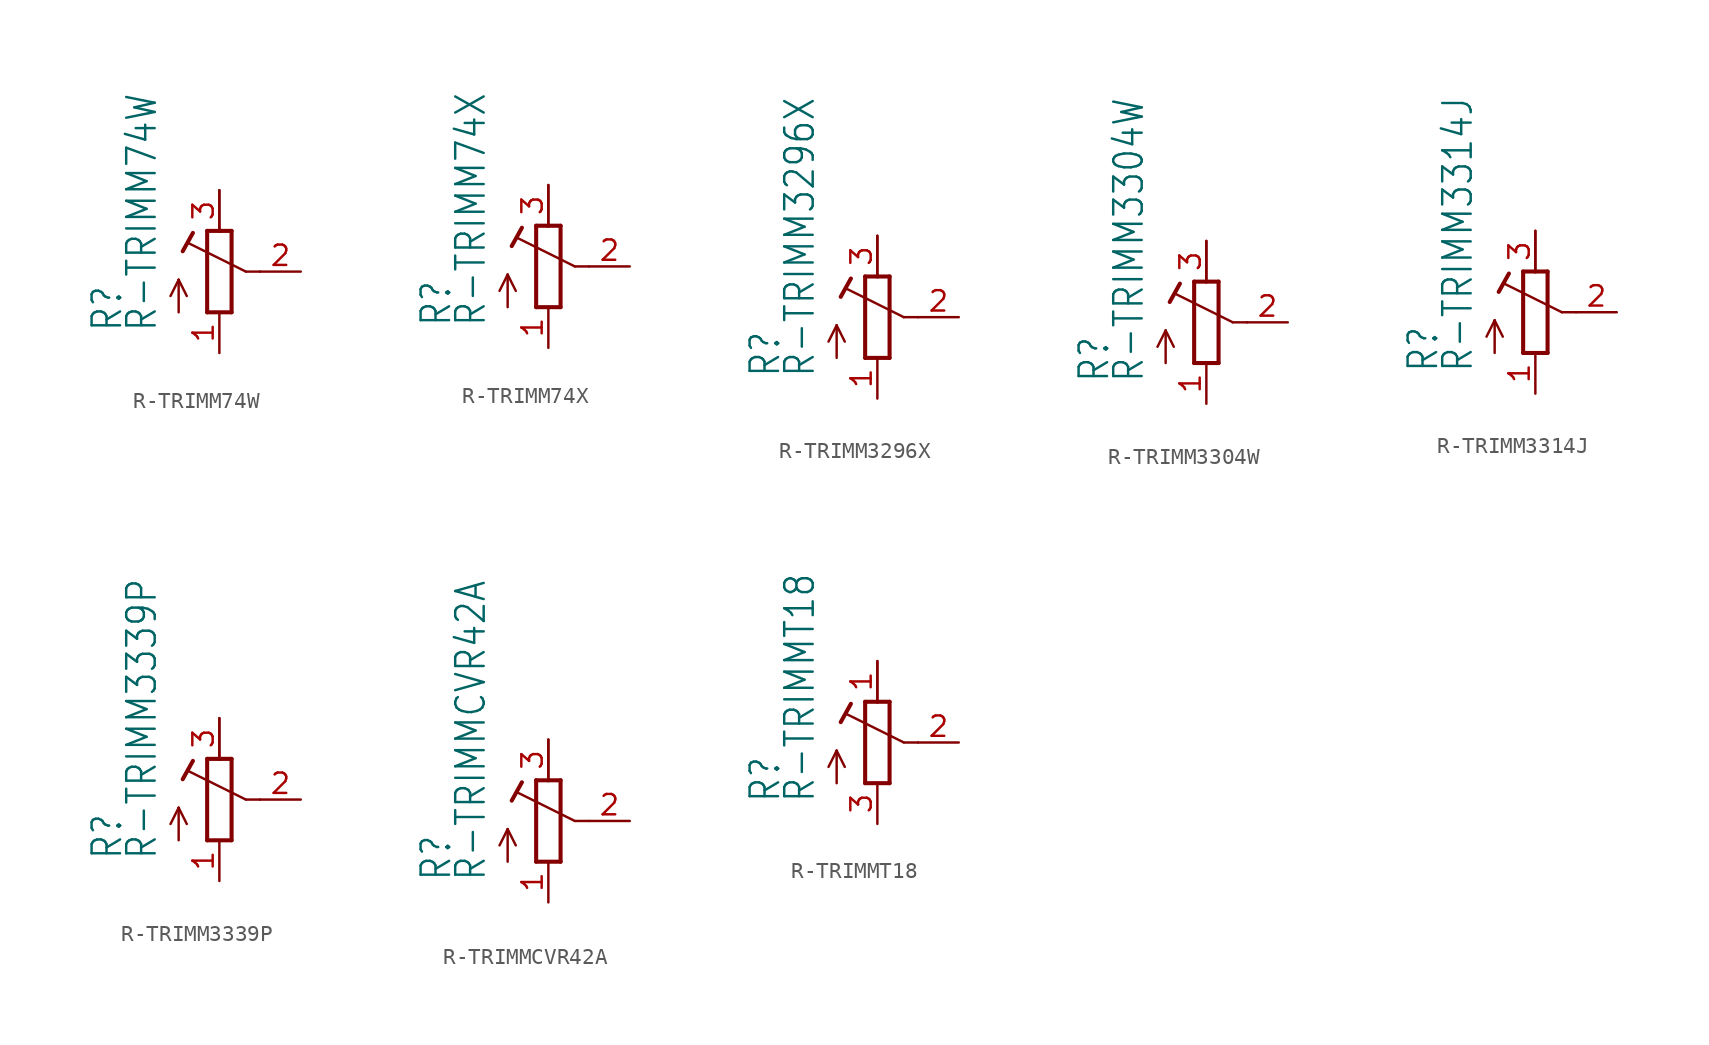
<source format=kicad_sym>
(kicad_symbol_lib
  (version 20220331)
  (generator kicad_symbol_editor)
  (symbol "R-TRIMM74W"
    (property "Reference" "R"
      (at -5.969 -3.81 90)
      (effects (font (size 1.778 1.511)) (justify left bottom)))
    (property "Value" "R-TRIMM74W"
      (at -3.81 -3.81 90)
      (effects (font (size 1.778 1.511)) (justify left bottom)))
    (property "ki_locked" ""
      (at 0 0 0)
      (effects (font (size 1.27 1.27))))
    (symbol "R-TRIMM74W_1_0"
      (polyline (pts (xy -2.54 -2.54) (xy -2.54 -0.508)) (stroke (width 0.152) (type solid)) (fill (type none)))
      (polyline (pts (xy -2.54 -0.508) (xy -3.048 -1.524)) (stroke (width 0.152) (type solid)) (fill (type none)))
      (polyline (pts (xy -2.54 -0.508) (xy -2.032 -1.524)) (stroke (width 0.152) (type solid)) (fill (type none)))
      (polyline (pts (xy -2.286 1.27) (xy -1.651 2.413)) (stroke (width 0.254) (type solid)) (fill (type none)))
      (polyline (pts (xy -0.762 -2.54) (xy 0.762 -2.54)) (stroke (width 0.254) (type solid)) (fill (type none)))
      (polyline (pts (xy -0.762 2.54) (xy -0.762 -2.54)) (stroke (width 0.254) (type solid)) (fill (type none)))
      (polyline (pts (xy 0 2.54) (xy -0.762 2.54)) (stroke (width 0.254) (type solid)) (fill (type none)))
      (polyline (pts (xy 0 2.54) (xy 0 5.08)) (stroke (width 0.152) (type solid)) (fill (type none)))
      (polyline (pts (xy 0.762 -2.54) (xy 0.762 2.54)) (stroke (width 0.254) (type solid)) (fill (type none)))
      (polyline (pts (xy 0.762 2.54) (xy 0 2.54)) (stroke (width 0.254) (type solid)) (fill (type none)))
      (polyline (pts (xy 1.651 0) (xy -1.88 1.753)) (stroke (width 0.152) (type solid)) (fill (type none)))
      (polyline (pts (xy 2.54 0) (xy 1.651 0)) (stroke (width 0.152) (type solid)) (fill (type none)))
      (pin passive line (at 0 -5.08 90) (length 2.54) (name "E" (effects (font (size 0 0)))) (number "1" (effects (font (size 1.27 1.27)))))
      (pin passive line (at 5.08 0 180) (length 2.54) (name "S" (effects (font (size 0 0)))) (number "2" (effects (font (size 1.27 1.27)))))
      (pin passive line (at 0 5.08 270) (length 2.54) (name "A" (effects (font (size 0 0)))) (number "3" (effects (font (size 1.27 1.27)))))))
  (symbol "R-TRIMM74X"
    (property "Reference" "R"
      (at -5.969 -3.81 90)
      (effects (font (size 1.778 1.511)) (justify left bottom)))
    (property "Value" "R-TRIMM74X"
      (at -3.81 -3.81 90)
      (effects (font (size 1.778 1.511)) (justify left bottom)))
    (property "ki_locked" ""
      (at 0 0 0)
      (effects (font (size 1.27 1.27))))
    (symbol "R-TRIMM74X_1_0"
      (polyline (pts (xy -2.54 -2.54) (xy -2.54 -0.508)) (stroke (width 0.152) (type solid)) (fill (type none)))
      (polyline (pts (xy -2.54 -0.508) (xy -3.048 -1.524)) (stroke (width 0.152) (type solid)) (fill (type none)))
      (polyline (pts (xy -2.54 -0.508) (xy -2.032 -1.524)) (stroke (width 0.152) (type solid)) (fill (type none)))
      (polyline (pts (xy -2.286 1.27) (xy -1.651 2.413)) (stroke (width 0.254) (type solid)) (fill (type none)))
      (polyline (pts (xy -0.762 -2.54) (xy 0.762 -2.54)) (stroke (width 0.254) (type solid)) (fill (type none)))
      (polyline (pts (xy -0.762 2.54) (xy -0.762 -2.54)) (stroke (width 0.254) (type solid)) (fill (type none)))
      (polyline (pts (xy 0 2.54) (xy -0.762 2.54)) (stroke (width 0.254) (type solid)) (fill (type none)))
      (polyline (pts (xy 0 2.54) (xy 0 5.08)) (stroke (width 0.152) (type solid)) (fill (type none)))
      (polyline (pts (xy 0.762 -2.54) (xy 0.762 2.54)) (stroke (width 0.254) (type solid)) (fill (type none)))
      (polyline (pts (xy 0.762 2.54) (xy 0 2.54)) (stroke (width 0.254) (type solid)) (fill (type none)))
      (polyline (pts (xy 1.651 0) (xy -1.88 1.753)) (stroke (width 0.152) (type solid)) (fill (type none)))
      (polyline (pts (xy 2.54 0) (xy 1.651 0)) (stroke (width 0.152) (type solid)) (fill (type none)))
      (pin passive line (at 0 -5.08 90) (length 2.54) (name "E" (effects (font (size 0 0)))) (number "1" (effects (font (size 1.27 1.27)))))
      (pin passive line (at 5.08 0 180) (length 2.54) (name "S" (effects (font (size 0 0)))) (number "2" (effects (font (size 1.27 1.27)))))
      (pin passive line (at 0 5.08 270) (length 2.54) (name "A" (effects (font (size 0 0)))) (number "3" (effects (font (size 1.27 1.27)))))))
  (symbol "R-TRIMM3296X"
    (property "Reference" "R"
      (at -5.969 -3.81 90)
      (effects (font (size 1.778 1.511)) (justify left bottom)))
    (property "Value" "R-TRIMM3296X"
      (at -3.81 -3.81 90)
      (effects (font (size 1.778 1.511)) (justify left bottom)))
    (property "ki_locked" ""
      (at 0 0 0)
      (effects (font (size 1.27 1.27))))
    (symbol "R-TRIMM3296X_1_0"
      (polyline (pts (xy -2.54 -2.54) (xy -2.54 -0.508)) (stroke (width 0.152) (type solid)) (fill (type none)))
      (polyline (pts (xy -2.54 -0.508) (xy -3.048 -1.524)) (stroke (width 0.152) (type solid)) (fill (type none)))
      (polyline (pts (xy -2.54 -0.508) (xy -2.032 -1.524)) (stroke (width 0.152) (type solid)) (fill (type none)))
      (polyline (pts (xy -2.286 1.27) (xy -1.651 2.413)) (stroke (width 0.254) (type solid)) (fill (type none)))
      (polyline (pts (xy -0.762 -2.54) (xy 0.762 -2.54)) (stroke (width 0.254) (type solid)) (fill (type none)))
      (polyline (pts (xy -0.762 2.54) (xy -0.762 -2.54)) (stroke (width 0.254) (type solid)) (fill (type none)))
      (polyline (pts (xy 0 2.54) (xy -0.762 2.54)) (stroke (width 0.254) (type solid)) (fill (type none)))
      (polyline (pts (xy 0 2.54) (xy 0 5.08)) (stroke (width 0.152) (type solid)) (fill (type none)))
      (polyline (pts (xy 0.762 -2.54) (xy 0.762 2.54)) (stroke (width 0.254) (type solid)) (fill (type none)))
      (polyline (pts (xy 0.762 2.54) (xy 0 2.54)) (stroke (width 0.254) (type solid)) (fill (type none)))
      (polyline (pts (xy 1.651 0) (xy -1.88 1.753)) (stroke (width 0.152) (type solid)) (fill (type none)))
      (polyline (pts (xy 2.54 0) (xy 1.651 0)) (stroke (width 0.152) (type solid)) (fill (type none)))
      (pin passive line (at 0 -5.08 90) (length 2.54) (name "E" (effects (font (size 0 0)))) (number "1" (effects (font (size 1.27 1.27)))))
      (pin passive line (at 5.08 0 180) (length 2.54) (name "S" (effects (font (size 0 0)))) (number "2" (effects (font (size 1.27 1.27)))))
      (pin passive line (at 0 5.08 270) (length 2.54) (name "A" (effects (font (size 0 0)))) (number "3" (effects (font (size 1.27 1.27)))))))
  (symbol "R-TRIMM3304W"
    (property "Reference" "R"
      (at -5.969 -3.81 90)
      (effects (font (size 1.778 1.511)) (justify left bottom)))
    (property "Value" "R-TRIMM3304W"
      (at -3.81 -3.81 90)
      (effects (font (size 1.778 1.511)) (justify left bottom)))
    (property "ki_locked" ""
      (at 0 0 0)
      (effects (font (size 1.27 1.27))))
    (symbol "R-TRIMM3304W_1_0"
      (polyline (pts (xy -2.54 -2.54) (xy -2.54 -0.508)) (stroke (width 0.152) (type solid)) (fill (type none)))
      (polyline (pts (xy -2.54 -0.508) (xy -3.048 -1.524)) (stroke (width 0.152) (type solid)) (fill (type none)))
      (polyline (pts (xy -2.54 -0.508) (xy -2.032 -1.524)) (stroke (width 0.152) (type solid)) (fill (type none)))
      (polyline (pts (xy -2.286 1.27) (xy -1.651 2.413)) (stroke (width 0.254) (type solid)) (fill (type none)))
      (polyline (pts (xy -0.762 -2.54) (xy 0.762 -2.54)) (stroke (width 0.254) (type solid)) (fill (type none)))
      (polyline (pts (xy -0.762 2.54) (xy -0.762 -2.54)) (stroke (width 0.254) (type solid)) (fill (type none)))
      (polyline (pts (xy 0 2.54) (xy -0.762 2.54)) (stroke (width 0.254) (type solid)) (fill (type none)))
      (polyline (pts (xy 0 2.54) (xy 0 5.08)) (stroke (width 0.152) (type solid)) (fill (type none)))
      (polyline (pts (xy 0.762 -2.54) (xy 0.762 2.54)) (stroke (width 0.254) (type solid)) (fill (type none)))
      (polyline (pts (xy 0.762 2.54) (xy 0 2.54)) (stroke (width 0.254) (type solid)) (fill (type none)))
      (polyline (pts (xy 1.651 0) (xy -1.88 1.753)) (stroke (width 0.152) (type solid)) (fill (type none)))
      (polyline (pts (xy 2.54 0) (xy 1.651 0)) (stroke (width 0.152) (type solid)) (fill (type none)))
      (pin passive line (at 0 -5.08 90) (length 2.54) (name "E" (effects (font (size 0 0)))) (number "1" (effects (font (size 1.27 1.27)))))
      (pin passive line (at 5.08 0 180) (length 2.54) (name "S" (effects (font (size 0 0)))) (number "2" (effects (font (size 1.27 1.27)))))
      (pin passive line (at 0 5.08 270) (length 2.54) (name "A" (effects (font (size 0 0)))) (number "3" (effects (font (size 1.27 1.27)))))))
  (symbol "R-TRIMM3314J"
    (property "Reference" "R"
      (at -5.969 -3.81 90)
      (effects (font (size 1.778 1.511)) (justify left bottom)))
    (property "Value" "R-TRIMM3314J"
      (at -3.81 -3.81 90)
      (effects (font (size 1.778 1.511)) (justify left bottom)))
    (property "ki_locked" ""
      (at 0 0 0)
      (effects (font (size 1.27 1.27))))
    (symbol "R-TRIMM3314J_1_0"
      (polyline (pts (xy -2.54 -2.54) (xy -2.54 -0.508)) (stroke (width 0.152) (type solid)) (fill (type none)))
      (polyline (pts (xy -2.54 -0.508) (xy -3.048 -1.524)) (stroke (width 0.152) (type solid)) (fill (type none)))
      (polyline (pts (xy -2.54 -0.508) (xy -2.032 -1.524)) (stroke (width 0.152) (type solid)) (fill (type none)))
      (polyline (pts (xy -2.286 1.27) (xy -1.651 2.413)) (stroke (width 0.254) (type solid)) (fill (type none)))
      (polyline (pts (xy -0.762 -2.54) (xy 0.762 -2.54)) (stroke (width 0.254) (type solid)) (fill (type none)))
      (polyline (pts (xy -0.762 2.54) (xy -0.762 -2.54)) (stroke (width 0.254) (type solid)) (fill (type none)))
      (polyline (pts (xy 0 2.54) (xy -0.762 2.54)) (stroke (width 0.254) (type solid)) (fill (type none)))
      (polyline (pts (xy 0 2.54) (xy 0 5.08)) (stroke (width 0.152) (type solid)) (fill (type none)))
      (polyline (pts (xy 0.762 -2.54) (xy 0.762 2.54)) (stroke (width 0.254) (type solid)) (fill (type none)))
      (polyline (pts (xy 0.762 2.54) (xy 0 2.54)) (stroke (width 0.254) (type solid)) (fill (type none)))
      (polyline (pts (xy 1.651 0) (xy -1.88 1.753)) (stroke (width 0.152) (type solid)) (fill (type none)))
      (polyline (pts (xy 2.54 0) (xy 1.651 0)) (stroke (width 0.152) (type solid)) (fill (type none)))
      (pin passive line (at 0 -5.08 90) (length 2.54) (name "E" (effects (font (size 0 0)))) (number "1" (effects (font (size 1.27 1.27)))))
      (pin passive line (at 5.08 0 180) (length 2.54) (name "S" (effects (font (size 0 0)))) (number "2" (effects (font (size 1.27 1.27)))))
      (pin passive line (at 0 5.08 270) (length 2.54) (name "A" (effects (font (size 0 0)))) (number "3" (effects (font (size 1.27 1.27)))))))
  (symbol "R-TRIMM3339P"
    (property "Reference" "R"
      (at -5.969 -3.81 90)
      (effects (font (size 1.778 1.511)) (justify left bottom)))
    (property "Value" "R-TRIMM3339P"
      (at -3.81 -3.81 90)
      (effects (font (size 1.778 1.511)) (justify left bottom)))
    (property "ki_locked" ""
      (at 0 0 0)
      (effects (font (size 1.27 1.27))))
    (symbol "R-TRIMM3339P_1_0"
      (polyline (pts (xy -2.54 -2.54) (xy -2.54 -0.508)) (stroke (width 0.152) (type solid)) (fill (type none)))
      (polyline (pts (xy -2.54 -0.508) (xy -3.048 -1.524)) (stroke (width 0.152) (type solid)) (fill (type none)))
      (polyline (pts (xy -2.54 -0.508) (xy -2.032 -1.524)) (stroke (width 0.152) (type solid)) (fill (type none)))
      (polyline (pts (xy -2.286 1.27) (xy -1.651 2.413)) (stroke (width 0.254) (type solid)) (fill (type none)))
      (polyline (pts (xy -0.762 -2.54) (xy 0.762 -2.54)) (stroke (width 0.254) (type solid)) (fill (type none)))
      (polyline (pts (xy -0.762 2.54) (xy -0.762 -2.54)) (stroke (width 0.254) (type solid)) (fill (type none)))
      (polyline (pts (xy 0 2.54) (xy -0.762 2.54)) (stroke (width 0.254) (type solid)) (fill (type none)))
      (polyline (pts (xy 0 2.54) (xy 0 5.08)) (stroke (width 0.152) (type solid)) (fill (type none)))
      (polyline (pts (xy 0.762 -2.54) (xy 0.762 2.54)) (stroke (width 0.254) (type solid)) (fill (type none)))
      (polyline (pts (xy 0.762 2.54) (xy 0 2.54)) (stroke (width 0.254) (type solid)) (fill (type none)))
      (polyline (pts (xy 1.651 0) (xy -1.88 1.753)) (stroke (width 0.152) (type solid)) (fill (type none)))
      (polyline (pts (xy 2.54 0) (xy 1.651 0)) (stroke (width 0.152) (type solid)) (fill (type none)))
      (pin passive line (at 0 -5.08 90) (length 2.54) (name "E" (effects (font (size 0 0)))) (number "1" (effects (font (size 1.27 1.27)))))
      (pin passive line (at 5.08 0 180) (length 2.54) (name "S" (effects (font (size 0 0)))) (number "2" (effects (font (size 1.27 1.27)))))
      (pin passive line (at 0 5.08 270) (length 2.54) (name "A" (effects (font (size 0 0)))) (number "3" (effects (font (size 1.27 1.27)))))))
  (symbol "R-TRIMMCVR42A"
    (property "Reference" "R"
      (at -5.969 -3.81 90)
      (effects (font (size 1.778 1.511)) (justify left bottom)))
    (property "Value" "R-TRIMMCVR42A"
      (at -3.81 -3.81 90)
      (effects (font (size 1.778 1.511)) (justify left bottom)))
    (property "ki_locked" ""
      (at 0 0 0)
      (effects (font (size 1.27 1.27))))
    (symbol "R-TRIMMCVR42A_1_0"
      (polyline (pts (xy -2.54 -2.54) (xy -2.54 -0.508)) (stroke (width 0.152) (type solid)) (fill (type none)))
      (polyline (pts (xy -2.54 -0.508) (xy -3.048 -1.524)) (stroke (width 0.152) (type solid)) (fill (type none)))
      (polyline (pts (xy -2.54 -0.508) (xy -2.032 -1.524)) (stroke (width 0.152) (type solid)) (fill (type none)))
      (polyline (pts (xy -2.286 1.27) (xy -1.651 2.413)) (stroke (width 0.254) (type solid)) (fill (type none)))
      (polyline (pts (xy -0.762 -2.54) (xy 0.762 -2.54)) (stroke (width 0.254) (type solid)) (fill (type none)))
      (polyline (pts (xy -0.762 2.54) (xy -0.762 -2.54)) (stroke (width 0.254) (type solid)) (fill (type none)))
      (polyline (pts (xy 0 2.54) (xy -0.762 2.54)) (stroke (width 0.254) (type solid)) (fill (type none)))
      (polyline (pts (xy 0 2.54) (xy 0 5.08)) (stroke (width 0.152) (type solid)) (fill (type none)))
      (polyline (pts (xy 0.762 -2.54) (xy 0.762 2.54)) (stroke (width 0.254) (type solid)) (fill (type none)))
      (polyline (pts (xy 0.762 2.54) (xy 0 2.54)) (stroke (width 0.254) (type solid)) (fill (type none)))
      (polyline (pts (xy 1.651 0) (xy -1.88 1.753)) (stroke (width 0.152) (type solid)) (fill (type none)))
      (polyline (pts (xy 2.54 0) (xy 1.651 0)) (stroke (width 0.152) (type solid)) (fill (type none)))
      (pin passive line (at 0 -5.08 90) (length 2.54) (name "E" (effects (font (size 0 0)))) (number "1" (effects (font (size 1.27 1.27)))))
      (pin passive line (at 5.08 0 180) (length 2.54) (name "S" (effects (font (size 0 0)))) (number "2" (effects (font (size 1.27 1.27)))))
      (pin passive line (at 0 5.08 270) (length 2.54) (name "A" (effects (font (size 0 0)))) (number "3" (effects (font (size 1.27 1.27)))))))
  (symbol "R-TRIMMT18"
    (property "Reference" "R"
      (at -5.969 -3.81 90)
      (effects (font (size 1.778 1.511)) (justify left bottom)))
    (property "Value" "R-TRIMMT18"
      (at -3.81 -3.81 90)
      (effects (font (size 1.778 1.511)) (justify left bottom)))
    (property "ki_locked" ""
      (at 0 0 0)
      (effects (font (size 1.27 1.27))))
    (symbol "R-TRIMMT18_1_0"
      (polyline (pts (xy -2.54 -2.54) (xy -2.54 -0.508)) (stroke (width 0.152) (type solid)) (fill (type none)))
      (polyline (pts (xy -2.54 -0.508) (xy -3.048 -1.524)) (stroke (width 0.152) (type solid)) (fill (type none)))
      (polyline (pts (xy -2.54 -0.508) (xy -2.032 -1.524)) (stroke (width 0.152) (type solid)) (fill (type none)))
      (polyline (pts (xy -2.286 1.27) (xy -1.651 2.413)) (stroke (width 0.254) (type solid)) (fill (type none)))
      (polyline (pts (xy -0.762 -2.54) (xy 0.762 -2.54)) (stroke (width 0.254) (type solid)) (fill (type none)))
      (polyline (pts (xy -0.762 2.54) (xy -0.762 -2.54)) (stroke (width 0.254) (type solid)) (fill (type none)))
      (polyline (pts (xy 0 2.54) (xy -0.762 2.54)) (stroke (width 0.254) (type solid)) (fill (type none)))
      (polyline (pts (xy 0 2.54) (xy 0 5.08)) (stroke (width 0.152) (type solid)) (fill (type none)))
      (polyline (pts (xy 0.762 -2.54) (xy 0.762 2.54)) (stroke (width 0.254) (type solid)) (fill (type none)))
      (polyline (pts (xy 0.762 2.54) (xy 0 2.54)) (stroke (width 0.254) (type solid)) (fill (type none)))
      (polyline (pts (xy 1.651 0) (xy -1.88 1.753)) (stroke (width 0.152) (type solid)) (fill (type none)))
      (polyline (pts (xy 2.54 0) (xy 1.651 0)) (stroke (width 0.152) (type solid)) (fill (type none)))
      (pin passive line (at 0 5.08 270) (length 2.54) (name "A" (effects (font (size 0 0)))) (number "1" (effects (font (size 1.27 1.27)))))
      (pin passive line (at 5.08 0 180) (length 2.54) (name "S" (effects (font (size 0 0)))) (number "2" (effects (font (size 1.27 1.27)))))
      (pin passive line (at 0 -5.08 90) (length 2.54) (name "E" (effects (font (size 0 0)))) (number "3" (effects (font (size 1.27 1.27))))))))
</source>
